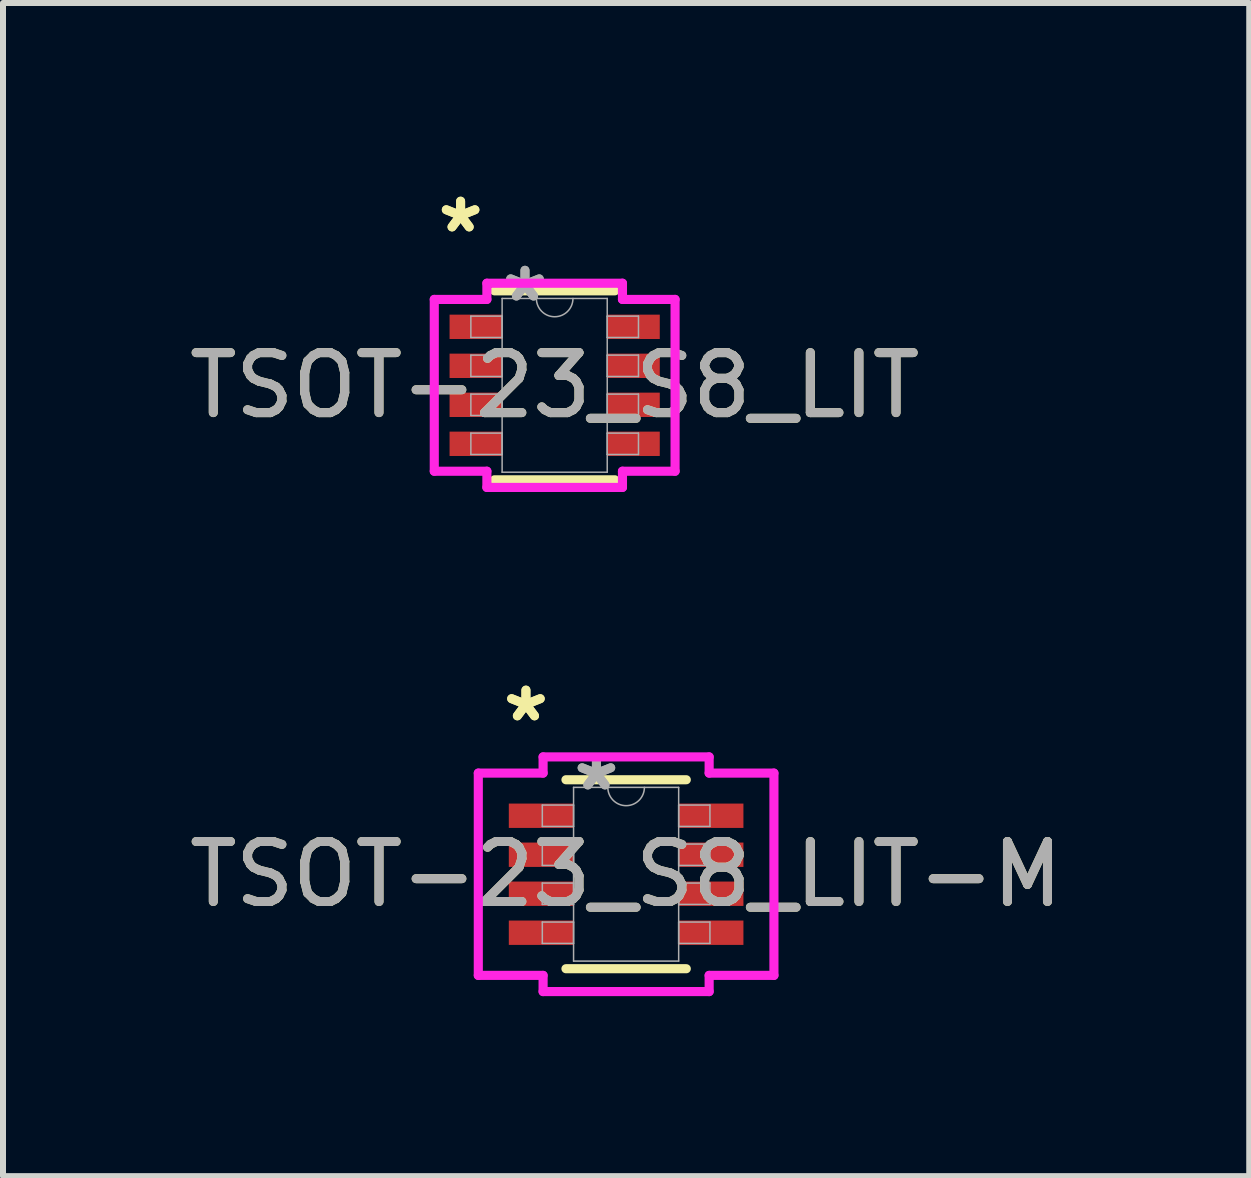
<source format=kicad_pcb>
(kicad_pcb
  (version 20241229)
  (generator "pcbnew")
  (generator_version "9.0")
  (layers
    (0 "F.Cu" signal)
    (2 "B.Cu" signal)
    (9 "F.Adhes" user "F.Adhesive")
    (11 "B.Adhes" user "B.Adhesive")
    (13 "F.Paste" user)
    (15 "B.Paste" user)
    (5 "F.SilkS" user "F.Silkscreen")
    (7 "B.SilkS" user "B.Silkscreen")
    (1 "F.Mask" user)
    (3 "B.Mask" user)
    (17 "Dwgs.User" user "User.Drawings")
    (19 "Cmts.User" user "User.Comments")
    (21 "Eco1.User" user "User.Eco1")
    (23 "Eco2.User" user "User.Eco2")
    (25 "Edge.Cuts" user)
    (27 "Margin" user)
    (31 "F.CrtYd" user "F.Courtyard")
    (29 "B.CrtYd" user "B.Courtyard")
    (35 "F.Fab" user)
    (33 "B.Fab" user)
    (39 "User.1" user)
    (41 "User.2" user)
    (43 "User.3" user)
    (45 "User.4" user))
  (footprint "TSOT-23_S8_LIT"
    (layer "F.Cu")
    (at 6.196 3.373)
    (property "Reference" "TSOT-23_S8_LIT" (at 0 0 0) (unlocked yes) (layer "F.SilkS") (effects (font (size 1 1) (thickness 0.15))))
    (attr smd)
    (fp_line (start -1.003 1.575) (end 1.003 1.575) (stroke (width 0.152) (type solid)) (layer "F.SilkS"))
    (fp_line (start 1.003 -1.575) (end -1.003 -1.575) (stroke (width 0.152) (type solid)) (layer "F.SilkS"))
    (fp_line (start -2.007 -1.432) (end -1.13 -1.432) (stroke (width 0.152) (type solid)) (layer "F.CrtYd"))
    (fp_line (start -2.007 1.432) (end -2.007 -1.432) (stroke (width 0.152) (type solid)) (layer "F.CrtYd"))
    (fp_line (start -2.007 1.432) (end -1.13 1.432) (stroke (width 0.152) (type solid)) (layer "F.CrtYd"))
    (fp_line (start -1.13 -1.702) (end 1.13 -1.702) (stroke (width 0.152) (type solid)) (layer "F.CrtYd"))
    (fp_line (start -1.13 -1.432) (end -1.13 -1.702) (stroke (width 0.152) (type solid)) (layer "F.CrtYd"))
    (fp_line (start -1.13 1.702) (end -1.13 1.432) (stroke (width 0.152) (type solid)) (layer "F.CrtYd"))
    (fp_line (start 1.13 -1.702) (end 1.13 -1.432) (stroke (width 0.152) (type solid)) (layer "F.CrtYd"))
    (fp_line (start 1.13 1.432) (end 1.13 1.702) (stroke (width 0.152) (type solid)) (layer "F.CrtYd"))
    (fp_line (start 1.13 1.702) (end -1.13 1.702) (stroke (width 0.152) (type solid)) (layer "F.CrtYd"))
    (fp_line (start 2.007 -1.432) (end 1.13 -1.432) (stroke (width 0.152) (type solid)) (layer "F.CrtYd"))
    (fp_line (start 2.007 -1.432) (end 2.007 1.432) (stroke (width 0.152) (type solid)) (layer "F.CrtYd"))
    (fp_line (start 2.007 1.432) (end 1.13 1.432) (stroke (width 0.152) (type solid)) (layer "F.CrtYd"))
    (fp_line (start -1.397 -1.153) (end -1.397 -0.797) (stroke (width 0.025) (type solid)) (layer "F.Fab"))
    (fp_line (start -1.397 -0.797) (end -0.876 -0.797) (stroke (width 0.025) (type solid)) (layer "F.Fab"))
    (fp_line (start -1.397 -0.503) (end -1.397 -0.147) (stroke (width 0.025) (type solid)) (layer "F.Fab"))
    (fp_line (start -1.397 -0.147) (end -0.876 -0.147) (stroke (width 0.025) (type solid)) (layer "F.Fab"))
    (fp_line (start -1.397 0.147) (end -1.397 0.503) (stroke (width 0.025) (type solid)) (layer "F.Fab"))
    (fp_line (start -1.397 0.503) (end -0.876 0.503) (stroke (width 0.025) (type solid)) (layer "F.Fab"))
    (fp_line (start -1.397 0.797) (end -1.397 1.153) (stroke (width 0.025) (type solid)) (layer "F.Fab"))
    (fp_line (start -1.397 1.153) (end -0.876 1.153) (stroke (width 0.025) (type solid)) (layer "F.Fab"))
    (fp_line (start -0.876 -1.448) (end -0.876 1.448) (stroke (width 0.025) (type solid)) (layer "F.Fab"))
    (fp_line (start -0.876 -1.153) (end -1.397 -1.153) (stroke (width 0.025) (type solid)) (layer "F.Fab"))
    (fp_line (start -0.876 -0.797) (end -0.876 -1.153) (stroke (width 0.025) (type solid)) (layer "F.Fab"))
    (fp_line (start -0.876 -0.503) (end -1.397 -0.503) (stroke (width 0.025) (type solid)) (layer "F.Fab"))
    (fp_line (start -0.876 -0.147) (end -0.876 -0.503) (stroke (width 0.025) (type solid)) (layer "F.Fab"))
    (fp_line (start -0.876 0.147) (end -1.397 0.147) (stroke (width 0.025) (type solid)) (layer "F.Fab"))
    (fp_line (start -0.876 0.503) (end -0.876 0.147) (stroke (width 0.025) (type solid)) (layer "F.Fab"))
    (fp_line (start -0.876 0.797) (end -1.397 0.797) (stroke (width 0.025) (type solid)) (layer "F.Fab"))
    (fp_line (start -0.876 1.153) (end -0.876 0.797) (stroke (width 0.025) (type solid)) (layer "F.Fab"))
    (fp_line (start -0.876 1.448) (end 0.876 1.448) (stroke (width 0.025) (type solid)) (layer "F.Fab"))
    (fp_line (start 0.876 -1.448) (end -0.876 -1.448) (stroke (width 0.025) (type solid)) (layer "F.Fab"))
    (fp_line (start 0.876 -1.153) (end 0.876 -0.797) (stroke (width 0.025) (type solid)) (layer "F.Fab"))
    (fp_line (start 0.876 -0.797) (end 1.397 -0.797) (stroke (width 0.025) (type solid)) (layer "F.Fab"))
    (fp_line (start 0.876 -0.503) (end 0.876 -0.147) (stroke (width 0.025) (type solid)) (layer "F.Fab"))
    (fp_line (start 0.876 -0.147) (end 1.397 -0.147) (stroke (width 0.025) (type solid)) (layer "F.Fab"))
    (fp_line (start 0.876 0.147) (end 0.876 0.503) (stroke (width 0.025) (type solid)) (layer "F.Fab"))
    (fp_line (start 0.876 0.503) (end 1.397 0.503) (stroke (width 0.025) (type solid)) (layer "F.Fab"))
    (fp_line (start 0.876 0.797) (end 0.876 1.153) (stroke (width 0.025) (type solid)) (layer "F.Fab"))
    (fp_line (start 0.876 1.153) (end 1.397 1.153) (stroke (width 0.025) (type solid)) (layer "F.Fab"))
    (fp_line (start 0.876 1.448) (end 0.876 -1.448) (stroke (width 0.025) (type solid)) (layer "F.Fab"))
    (fp_line (start 1.397 -1.153) (end 0.876 -1.153) (stroke (width 0.025) (type solid)) (layer "F.Fab"))
    (fp_line (start 1.397 -0.797) (end 1.397 -1.153) (stroke (width 0.025) (type solid)) (layer "F.Fab"))
    (fp_line (start 1.397 -0.503) (end 0.876 -0.503) (stroke (width 0.025) (type solid)) (layer "F.Fab"))
    (fp_line (start 1.397 -0.147) (end 1.397 -0.503) (stroke (width 0.025) (type solid)) (layer "F.Fab"))
    (fp_line (start 1.397 0.147) (end 0.876 0.147) (stroke (width 0.025) (type solid)) (layer "F.Fab"))
    (fp_line (start 1.397 0.503) (end 1.397 0.147) (stroke (width 0.025) (type solid)) (layer "F.Fab"))
    (fp_line (start 1.397 0.797) (end 0.876 0.797) (stroke (width 0.025) (type solid)) (layer "F.Fab"))
    (fp_line (start 1.397 1.153) (end 1.397 0.797) (stroke (width 0.025) (type solid)) (layer "F.Fab"))
    (fp_arc (start 0.3048 -1.4478) (mid 0 -1.143) (end -0.3048 -1.4478) (stroke (width 0.0254) (type solid)) (layer "F.Fab"))
    (fp_text user "*" (at -1.568 -2.524 0) (layer "F.SilkS") (effects (font (size 1 1) (thickness 0.15))))
    (fp_text user "*" (at -1.568 -2.524 0) (unlocked yes) (layer "F.SilkS") (effects (font (size 1 1) (thickness 0.15))))
    (fp_text user "*" (at -0.495 -1.372 0) (layer "F.Fab") (effects (font (size 1 1) (thickness 0.15))))
    (fp_text user "${REFERENCE}" (at 0 0 0) (unlocked yes) (layer "F.Fab") (effects (font (size 1 1) (thickness 0.15))))
    (fp_text user "*" (at -0.495 -1.372 0) (unlocked yes) (layer "F.Fab") (effects (font (size 1 1) (thickness 0.15))))
    (pad "1" smd rect (at -1.314 -0.975) (size 0.876 0.406) (layers "F.Cu" "F.Mask" "F.Paste"))
    (pad "2" smd rect (at -1.314 -0.325) (size 0.876 0.406) (layers "F.Cu" "F.Mask" "F.Paste"))
    (pad "3" smd rect (at -1.314 0.325) (size 0.876 0.406) (layers "F.Cu" "F.Mask" "F.Paste"))
    (pad "4" smd rect (at -1.314 0.975) (size 0.876 0.406) (layers "F.Cu" "F.Mask" "F.Paste"))
    (pad "5" smd rect (at 1.314 0.975) (size 0.876 0.406) (layers "F.Cu" "F.Mask" "F.Paste"))
    (pad "6" smd rect (at 1.314 0.325) (size 0.876 0.406) (layers "F.Cu" "F.Mask" "F.Paste"))
    (pad "7" smd rect (at 1.314 -0.325) (size 0.876 0.406) (layers "F.Cu" "F.Mask" "F.Paste"))
    (pad "8" smd rect (at 1.314 -0.975) (size 0.876 0.406) (layers "F.Cu" "F.Mask" "F.Paste")))
  (footprint "TSOT-23_S8_LIT-M"
    (layer "F.Cu")
    (at 7.387 11.523)
    (property "Reference" "TSOT-23_S8_LIT-M" (at 0 0 0) (unlocked yes) (layer "F.SilkS") (effects (font (size 1 1) (thickness 0.15))))
    (attr smd)
    (fp_line (start -1.003 1.575) (end 1.003 1.575) (stroke (width 0.152) (type solid)) (layer "F.SilkS"))
    (fp_line (start 1.003 -1.575) (end -1.003 -1.575) (stroke (width 0.152) (type solid)) (layer "F.SilkS"))
    (fp_line (start -2.464 -1.686) (end -1.384 -1.686) (stroke (width 0.152) (type solid)) (layer "F.CrtYd"))
    (fp_line (start -2.464 1.686) (end -2.464 -1.686) (stroke (width 0.152) (type solid)) (layer "F.CrtYd"))
    (fp_line (start -2.464 1.686) (end -1.384 1.686) (stroke (width 0.152) (type solid)) (layer "F.CrtYd"))
    (fp_line (start -1.384 -1.956) (end 1.384 -1.956) (stroke (width 0.152) (type solid)) (layer "F.CrtYd"))
    (fp_line (start -1.384 -1.686) (end -1.384 -1.956) (stroke (width 0.152) (type solid)) (layer "F.CrtYd"))
    (fp_line (start -1.384 1.956) (end -1.384 1.686) (stroke (width 0.152) (type solid)) (layer "F.CrtYd"))
    (fp_line (start 1.384 -1.956) (end 1.384 -1.686) (stroke (width 0.152) (type solid)) (layer "F.CrtYd"))
    (fp_line (start 1.384 1.686) (end 1.384 1.956) (stroke (width 0.152) (type solid)) (layer "F.CrtYd"))
    (fp_line (start 1.384 1.956) (end -1.384 1.956) (stroke (width 0.152) (type solid)) (layer "F.CrtYd"))
    (fp_line (start 2.464 -1.686) (end 1.384 -1.686) (stroke (width 0.152) (type solid)) (layer "F.CrtYd"))
    (fp_line (start 2.464 -1.686) (end 2.464 1.686) (stroke (width 0.152) (type solid)) (layer "F.CrtYd"))
    (fp_line (start 2.464 1.686) (end 1.384 1.686) (stroke (width 0.152) (type solid)) (layer "F.CrtYd"))
    (fp_line (start -1.397 -1.153) (end -1.397 -0.797) (stroke (width 0.025) (type solid)) (layer "F.Fab"))
    (fp_line (start -1.397 -0.797) (end -0.876 -0.797) (stroke (width 0.025) (type solid)) (layer "F.Fab"))
    (fp_line (start -1.397 -0.503) (end -1.397 -0.147) (stroke (width 0.025) (type solid)) (layer "F.Fab"))
    (fp_line (start -1.397 -0.147) (end -0.876 -0.147) (stroke (width 0.025) (type solid)) (layer "F.Fab"))
    (fp_line (start -1.397 0.147) (end -1.397 0.503) (stroke (width 0.025) (type solid)) (layer "F.Fab"))
    (fp_line (start -1.397 0.503) (end -0.876 0.503) (stroke (width 0.025) (type solid)) (layer "F.Fab"))
    (fp_line (start -1.397 0.797) (end -1.397 1.153) (stroke (width 0.025) (type solid)) (layer "F.Fab"))
    (fp_line (start -1.397 1.153) (end -0.876 1.153) (stroke (width 0.025) (type solid)) (layer "F.Fab"))
    (fp_line (start -0.876 -1.448) (end -0.876 1.448) (stroke (width 0.025) (type solid)) (layer "F.Fab"))
    (fp_line (start -0.876 -1.153) (end -1.397 -1.153) (stroke (width 0.025) (type solid)) (layer "F.Fab"))
    (fp_line (start -0.876 -0.797) (end -0.876 -1.153) (stroke (width 0.025) (type solid)) (layer "F.Fab"))
    (fp_line (start -0.876 -0.503) (end -1.397 -0.503) (stroke (width 0.025) (type solid)) (layer "F.Fab"))
    (fp_line (start -0.876 -0.147) (end -0.876 -0.503) (stroke (width 0.025) (type solid)) (layer "F.Fab"))
    (fp_line (start -0.876 0.147) (end -1.397 0.147) (stroke (width 0.025) (type solid)) (layer "F.Fab"))
    (fp_line (start -0.876 0.503) (end -0.876 0.147) (stroke (width 0.025) (type solid)) (layer "F.Fab"))
    (fp_line (start -0.876 0.797) (end -1.397 0.797) (stroke (width 0.025) (type solid)) (layer "F.Fab"))
    (fp_line (start -0.876 1.153) (end -0.876 0.797) (stroke (width 0.025) (type solid)) (layer "F.Fab"))
    (fp_line (start -0.876 1.448) (end 0.876 1.448) (stroke (width 0.025) (type solid)) (layer "F.Fab"))
    (fp_line (start 0.876 -1.448) (end -0.876 -1.448) (stroke (width 0.025) (type solid)) (layer "F.Fab"))
    (fp_line (start 0.876 -1.153) (end 0.876 -0.797) (stroke (width 0.025) (type solid)) (layer "F.Fab"))
    (fp_line (start 0.876 -0.797) (end 1.397 -0.797) (stroke (width 0.025) (type solid)) (layer "F.Fab"))
    (fp_line (start 0.876 -0.503) (end 0.876 -0.147) (stroke (width 0.025) (type solid)) (layer "F.Fab"))
    (fp_line (start 0.876 -0.147) (end 1.397 -0.147) (stroke (width 0.025) (type solid)) (layer "F.Fab"))
    (fp_line (start 0.876 0.147) (end 0.876 0.503) (stroke (width 0.025) (type solid)) (layer "F.Fab"))
    (fp_line (start 0.876 0.503) (end 1.397 0.503) (stroke (width 0.025) (type solid)) (layer "F.Fab"))
    (fp_line (start 0.876 0.797) (end 0.876 1.153) (stroke (width 0.025) (type solid)) (layer "F.Fab"))
    (fp_line (start 0.876 1.153) (end 1.397 1.153) (stroke (width 0.025) (type solid)) (layer "F.Fab"))
    (fp_line (start 0.876 1.448) (end 0.876 -1.448) (stroke (width 0.025) (type solid)) (layer "F.Fab"))
    (fp_line (start 1.397 -1.153) (end 0.876 -1.153) (stroke (width 0.025) (type solid)) (layer "F.Fab"))
    (fp_line (start 1.397 -0.797) (end 1.397 -1.153) (stroke (width 0.025) (type solid)) (layer "F.Fab"))
    (fp_line (start 1.397 -0.503) (end 0.876 -0.503) (stroke (width 0.025) (type solid)) (layer "F.Fab"))
    (fp_line (start 1.397 -0.147) (end 1.397 -0.503) (stroke (width 0.025) (type solid)) (layer "F.Fab"))
    (fp_line (start 1.397 0.147) (end 0.876 0.147) (stroke (width 0.025) (type solid)) (layer "F.Fab"))
    (fp_line (start 1.397 0.503) (end 1.397 0.147) (stroke (width 0.025) (type solid)) (layer "F.Fab"))
    (fp_line (start 1.397 0.797) (end 0.876 0.797) (stroke (width 0.025) (type solid)) (layer "F.Fab"))
    (fp_line (start 1.397 1.153) (end 1.397 0.797) (stroke (width 0.025) (type solid)) (layer "F.Fab"))
    (fp_arc (start 0.3048 -1.4478) (mid 0 -1.143) (end -0.3048 -1.4478) (stroke (width 0.0254) (type solid)) (layer "F.Fab"))
    (fp_text user "*" (at -1.67 -2.524 0) (layer "F.SilkS") (effects (font (size 1 1) (thickness 0.15))))
    (fp_text user "*" (at -1.67 -2.524 0) (unlocked yes) (layer "F.SilkS") (effects (font (size 1 1) (thickness 0.15))))
    (fp_text user "*" (at -0.495 -1.372 0) (layer "F.Fab") (effects (font (size 1 1) (thickness 0.15))))
    (fp_text user "${REFERENCE}" (at 0 0 0) (unlocked yes) (layer "F.Fab") (effects (font (size 1 1) (thickness 0.15))))
    (fp_text user "*" (at -0.495 -1.372 0) (unlocked yes) (layer "F.Fab") (effects (font (size 1 1) (thickness 0.15))))
    (pad "1" smd rect (at -1.416 -0.975) (size 1.079 0.406) (layers "F.Cu" "F.Mask" "F.Paste"))
    (pad "2" smd rect (at -1.416 -0.325) (size 1.079 0.406) (layers "F.Cu" "F.Mask" "F.Paste"))
    (pad "3" smd rect (at -1.416 0.325) (size 1.079 0.406) (layers "F.Cu" "F.Mask" "F.Paste"))
    (pad "4" smd rect (at -1.416 0.975) (size 1.079 0.406) (layers "F.Cu" "F.Mask" "F.Paste"))
    (pad "5" smd rect (at 1.416 0.975) (size 1.079 0.406) (layers "F.Cu" "F.Mask" "F.Paste"))
    (pad "6" smd rect (at 1.416 0.325) (size 1.079 0.406) (layers "F.Cu" "F.Mask" "F.Paste"))
    (pad "7" smd rect (at 1.416 -0.325) (size 1.079 0.406) (layers "F.Cu" "F.Mask" "F.Paste"))
    (pad "8" smd rect (at 1.416 -0.975) (size 1.079 0.406) (layers "F.Cu" "F.Mask" "F.Paste")))
  (gr_rect
    (start -3 -3)
    (end 17.774 16.555)
    (stroke (width 0.1) (type default))
    (fill no)
    (layer "Edge.Cuts")))
</source>
